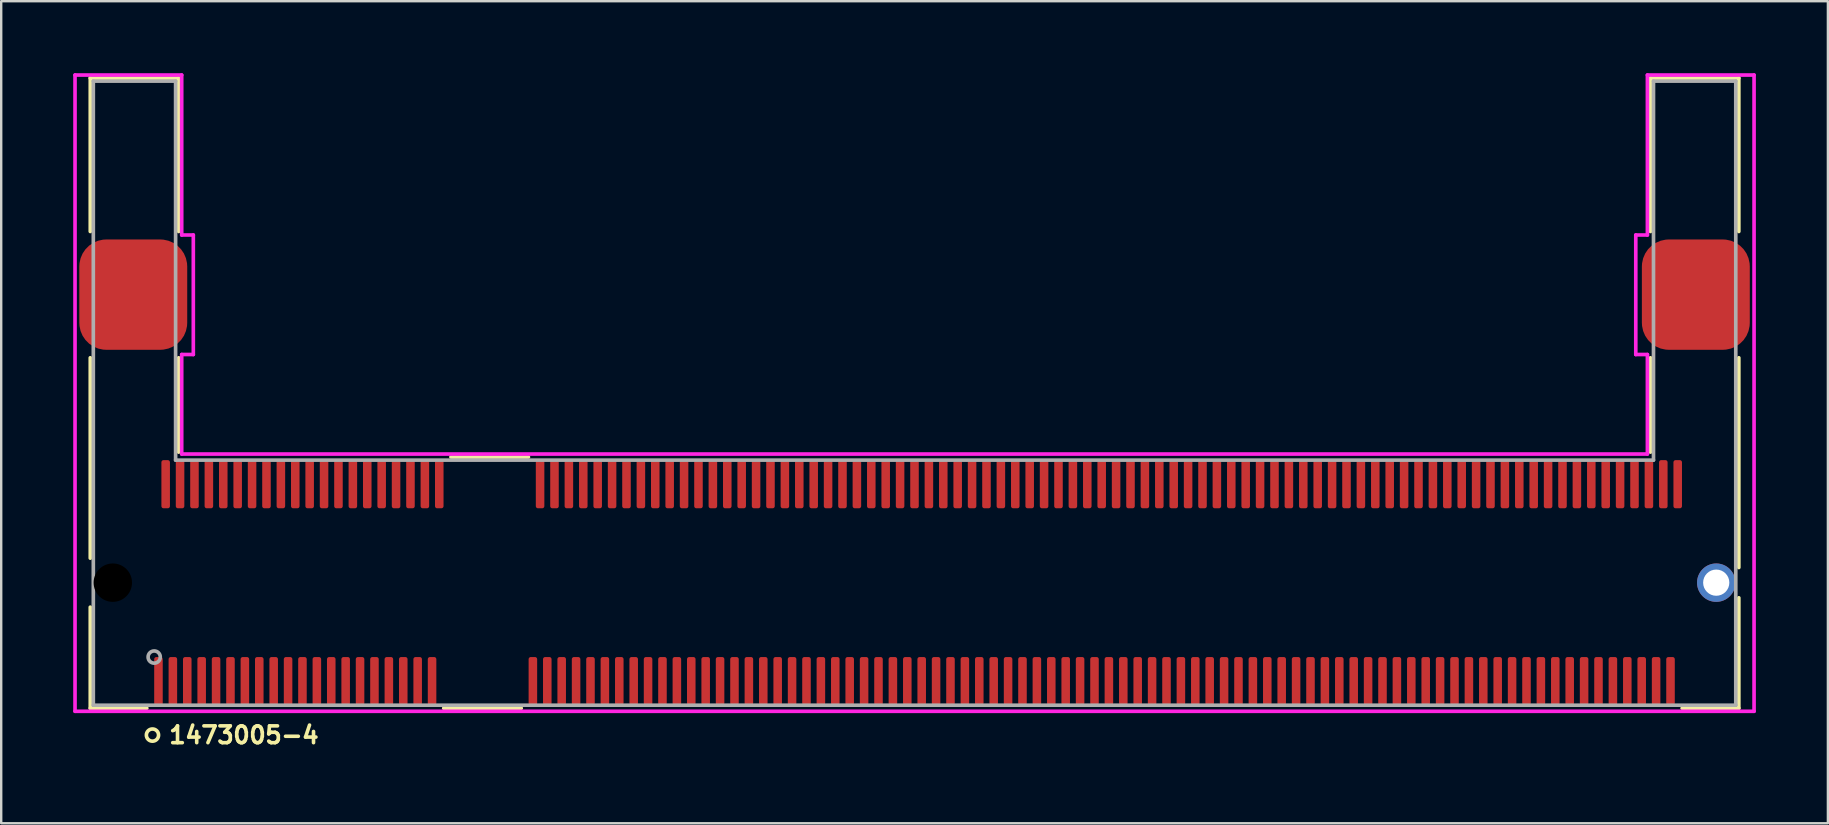
<source format=kicad_pcb>
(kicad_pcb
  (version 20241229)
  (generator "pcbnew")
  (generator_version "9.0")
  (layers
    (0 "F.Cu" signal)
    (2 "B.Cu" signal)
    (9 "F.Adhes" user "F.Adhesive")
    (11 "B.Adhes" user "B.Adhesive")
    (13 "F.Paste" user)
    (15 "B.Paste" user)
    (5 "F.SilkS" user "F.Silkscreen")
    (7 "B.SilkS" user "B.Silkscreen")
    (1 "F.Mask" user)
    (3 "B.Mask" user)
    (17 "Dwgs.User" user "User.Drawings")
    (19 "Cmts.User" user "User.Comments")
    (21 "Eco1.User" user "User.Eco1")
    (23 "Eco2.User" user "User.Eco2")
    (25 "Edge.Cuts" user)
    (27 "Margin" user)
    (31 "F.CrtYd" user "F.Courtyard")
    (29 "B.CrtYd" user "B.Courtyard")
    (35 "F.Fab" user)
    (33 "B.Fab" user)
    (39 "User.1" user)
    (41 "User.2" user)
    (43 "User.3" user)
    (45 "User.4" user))
  (footprint "1473005-4"
    (layer "F.Cu")
    (at 35.052 21.225)
    (property "Reference" "1473005-4" (at -27.94 6.35 0) (layer "F.SilkS") (effects (font (size 0.7 0.7) (thickness 0.15))))
    (attr smd)
    (fp_line (start -34.341 -21.022) (end -30.659 -21.022) (stroke (width 0.152) (type solid)) (layer "F.SilkS"))
    (fp_line (start -34.341 -14.631) (end -34.341 -21.022) (stroke (width 0.152) (type solid)) (layer "F.SilkS"))
    (fp_line (start -34.341 -1.021) (end -34.341 -9.369) (stroke (width 0.152) (type solid)) (layer "F.SilkS"))
    (fp_line (start -34.341 5.232) (end -34.341 1.021) (stroke (width 0.152) (type solid)) (layer "F.SilkS"))
    (fp_line (start -31.985 5.232) (end -34.341 5.232) (stroke (width 0.152) (type solid)) (layer "F.SilkS"))
    (fp_line (start -30.659 -14.631) (end -30.659 -21.022) (stroke (width 0.152) (type solid)) (layer "F.SilkS"))
    (fp_line (start -30.659 -5.438) (end -30.659 -9.369) (stroke (width 0.152) (type solid)) (layer "F.SilkS"))
    (fp_line (start -16.386 5.232) (end -19.616 5.232) (stroke (width 0.152) (type solid)) (layer "F.SilkS"))
    (fp_line (start -16.086 -5.232) (end -19.316 -5.232) (stroke (width 0.152) (type solid)) (layer "F.SilkS"))
    (fp_line (start 30.659 -21.022) (end 30.659 -14.631) (stroke (width 0.152) (type solid)) (layer "F.SilkS"))
    (fp_line (start 30.659 -21.022) (end 34.341 -21.022) (stroke (width 0.152) (type solid)) (layer "F.SilkS"))
    (fp_line (start 30.659 -9.369) (end 30.659 -5.438) (stroke (width 0.152) (type solid)) (layer "F.SilkS"))
    (fp_line (start 34.341 -21.022) (end 34.341 -14.631) (stroke (width 0.152) (type solid)) (layer "F.SilkS"))
    (fp_line (start 34.341 -9.369) (end 34.341 -0.631) (stroke (width 0.152) (type solid)) (layer "F.SilkS"))
    (fp_line (start 34.341 0.631) (end 34.341 5.232) (stroke (width 0.152) (type solid)) (layer "F.SilkS"))
    (fp_line (start 34.341 5.232) (end 31.98 5.232) (stroke (width 0.152) (type solid)) (layer "F.SilkS"))
    (fp_circle (center -31.75 6.35) (end -31.496 6.35) (stroke (width 0.152) (type solid)) (fill no) (layer "F.SilkS"))
    (fp_line (start -34.976 -21.149) (end -34.976 5.359) (stroke (width 0.152) (type solid)) (layer "F.CrtYd"))
    (fp_line (start -34.976 5.359) (end 34.976 5.359) (stroke (width 0.152) (type solid)) (layer "F.CrtYd"))
    (fp_line (start -30.532 -21.149) (end -34.976 -21.149) (stroke (width 0.152) (type solid)) (layer "F.CrtYd"))
    (fp_line (start -30.532 -14.484) (end -30.532 -21.149) (stroke (width 0.152) (type solid)) (layer "F.CrtYd"))
    (fp_line (start -30.532 -9.505) (end -30.048 -9.505) (stroke (width 0.152) (type solid)) (layer "F.CrtYd"))
    (fp_line (start -30.532 -5.359) (end -30.532 -9.505) (stroke (width 0.152) (type solid)) (layer "F.CrtYd"))
    (fp_line (start -30.048 -14.484) (end -30.532 -14.484) (stroke (width 0.152) (type solid)) (layer "F.CrtYd"))
    (fp_line (start -30.048 -9.505) (end -30.048 -14.484) (stroke (width 0.152) (type solid)) (layer "F.CrtYd"))
    (fp_line (start 30.048 -14.484) (end 30.048 -9.505) (stroke (width 0.152) (type solid)) (layer "F.CrtYd"))
    (fp_line (start 30.048 -9.505) (end 30.532 -9.505) (stroke (width 0.152) (type solid)) (layer "F.CrtYd"))
    (fp_line (start 30.532 -21.149) (end 30.532 -14.484) (stroke (width 0.152) (type solid)) (layer "F.CrtYd"))
    (fp_line (start 30.532 -14.484) (end 30.048 -14.484) (stroke (width 0.152) (type solid)) (layer "F.CrtYd"))
    (fp_line (start 30.532 -9.505) (end 30.532 -5.359) (stroke (width 0.152) (type solid)) (layer "F.CrtYd"))
    (fp_line (start 30.532 -5.359) (end -30.532 -5.359) (stroke (width 0.152) (type solid)) (layer "F.CrtYd"))
    (fp_line (start 34.976 -21.149) (end 30.532 -21.149) (stroke (width 0.152) (type solid)) (layer "F.CrtYd"))
    (fp_line (start 34.976 5.359) (end 34.976 -21.149) (stroke (width 0.152) (type solid)) (layer "F.CrtYd"))
    (fp_line (start -34.214 -20.895) (end -30.786 -20.895) (stroke (width 0.152) (type solid)) (layer "F.Fab"))
    (fp_line (start -34.214 5.105) (end -34.214 -20.895) (stroke (width 0.152) (type solid)) (layer "F.Fab"))
    (fp_line (start -30.786 -5.105) (end -30.786 -20.895) (stroke (width 0.152) (type solid)) (layer "F.Fab"))
    (fp_line (start 30.786 -20.895) (end 30.786 -5.105) (stroke (width 0.152) (type solid)) (layer "F.Fab"))
    (fp_line (start 30.786 -20.895) (end 34.214 -20.895) (stroke (width 0.152) (type solid)) (layer "F.Fab"))
    (fp_line (start 30.786 -5.105) (end -30.786 -5.105) (stroke (width 0.152) (type solid)) (layer "F.Fab"))
    (fp_line (start 34.214 -20.895) (end 34.214 5.105) (stroke (width 0.152) (type solid)) (layer "F.Fab"))
    (fp_line (start 34.214 5.105) (end -34.214 5.105) (stroke (width 0.152) (type solid)) (layer "F.Fab"))
    (fp_circle (center -31.678 3.099) (end -31.424 3.099) (stroke (width 0.152) (type solid)) (fill no) (layer "F.Fab"))
    (pad "" np_thru_hole circle (at -33.402 0) (size 2.108 2.108) (drill 1.6) (layers))
    (pad "1" smd roundrect (at -31.5 4.102) (size 0.356 2.007) (layers "F.Cu" "F.Mask" "F.Paste") (roundrect_rratio 0.25))
    (pad "2" smd roundrect (at -31.2 -4.102) (size 0.356 2.007) (layers "F.Cu" "F.Mask" "F.Paste") (roundrect_rratio 0.25))
    (pad "3" smd roundrect (at -30.9 4.102) (size 0.356 2.007) (layers "F.Cu" "F.Mask" "F.Paste") (roundrect_rratio 0.25))
    (pad "4" smd roundrect (at -30.6 -4.102) (size 0.356 2.007) (layers "F.Cu" "F.Mask" "F.Paste") (roundrect_rratio 0.25))
    (pad "5" smd roundrect (at -30.3 4.102) (size 0.356 2.007) (layers "F.Cu" "F.Mask" "F.Paste") (roundrect_rratio 0.25))
    (pad "6" smd roundrect (at -30 -4.102) (size 0.356 2.007) (layers "F.Cu" "F.Mask" "F.Paste") (roundrect_rratio 0.25))
    (pad "7" smd roundrect (at -29.7 4.102) (size 0.356 2.007) (layers "F.Cu" "F.Mask" "F.Paste") (roundrect_rratio 0.25))
    (pad "8" smd roundrect (at -29.4 -4.102) (size 0.356 2.007) (layers "F.Cu" "F.Mask" "F.Paste") (roundrect_rratio 0.25))
    (pad "9" smd roundrect (at -29.1 4.102) (size 0.356 2.007) (layers "F.Cu" "F.Mask" "F.Paste") (roundrect_rratio 0.25))
    (pad "10" smd roundrect (at -28.8 -4.102) (size 0.356 2.007) (layers "F.Cu" "F.Mask" "F.Paste") (roundrect_rratio 0.25))
    (pad "11" smd roundrect (at -28.5 4.102) (size 0.356 2.007) (layers "F.Cu" "F.Mask" "F.Paste") (roundrect_rratio 0.25))
    (pad "12" smd roundrect (at -28.2 -4.102) (size 0.356 2.007) (layers "F.Cu" "F.Mask" "F.Paste") (roundrect_rratio 0.25))
    (pad "13" smd roundrect (at -27.9 4.102) (size 0.356 2.007) (layers "F.Cu" "F.Mask" "F.Paste") (roundrect_rratio 0.25))
    (pad "14" smd roundrect (at -27.6 -4.102) (size 0.356 2.007) (layers "F.Cu" "F.Mask" "F.Paste") (roundrect_rratio 0.25))
    (pad "15" smd roundrect (at -27.3 4.102) (size 0.356 2.007) (layers "F.Cu" "F.Mask" "F.Paste") (roundrect_rratio 0.25))
    (pad "16" smd roundrect (at -27 -4.102) (size 0.356 2.007) (layers "F.Cu" "F.Mask" "F.Paste") (roundrect_rratio 0.25))
    (pad "17" smd roundrect (at -26.7 4.102) (size 0.356 2.007) (layers "F.Cu" "F.Mask" "F.Paste") (roundrect_rratio 0.25))
    (pad "18" smd roundrect (at -26.4 -4.102) (size 0.356 2.007) (layers "F.Cu" "F.Mask" "F.Paste") (roundrect_rratio 0.25))
    (pad "19" smd roundrect (at -26.1 4.102) (size 0.356 2.007) (layers "F.Cu" "F.Mask" "F.Paste") (roundrect_rratio 0.25))
    (pad "20" smd roundrect (at -25.8 -4.102) (size 0.356 2.007) (layers "F.Cu" "F.Mask" "F.Paste") (roundrect_rratio 0.25))
    (pad "21" smd roundrect (at -25.501 4.102) (size 0.356 2.007) (layers "F.Cu" "F.Mask" "F.Paste") (roundrect_rratio 0.25))
    (pad "22" smd roundrect (at -25.201 -4.102) (size 0.356 2.007) (layers "F.Cu" "F.Mask" "F.Paste") (roundrect_rratio 0.25))
    (pad "23" smd roundrect (at -24.901 4.102) (size 0.356 2.007) (layers "F.Cu" "F.Mask" "F.Paste") (roundrect_rratio 0.25))
    (pad "24" smd roundrect (at -24.601 -4.102) (size 0.356 2.007) (layers "F.Cu" "F.Mask" "F.Paste") (roundrect_rratio 0.25))
    (pad "25" smd roundrect (at -24.301 4.102) (size 0.356 2.007) (layers "F.Cu" "F.Mask" "F.Paste") (roundrect_rratio 0.25))
    (pad "26" smd roundrect (at -24.001 -4.102) (size 0.356 2.007) (layers "F.Cu" "F.Mask" "F.Paste") (roundrect_rratio 0.25))
    (pad "27" smd roundrect (at -23.701 4.102) (size 0.356 2.007) (layers "F.Cu" "F.Mask" "F.Paste") (roundrect_rratio 0.25))
    (pad "28" smd roundrect (at -23.401 -4.102) (size 0.356 2.007) (layers "F.Cu" "F.Mask" "F.Paste") (roundrect_rratio 0.25))
    (pad "29" smd roundrect (at -23.101 4.102) (size 0.356 2.007) (layers "F.Cu" "F.Mask" "F.Paste") (roundrect_rratio 0.25))
    (pad "30" smd roundrect (at -22.801 -4.102) (size 0.356 2.007) (layers "F.Cu" "F.Mask" "F.Paste") (roundrect_rratio 0.25))
    (pad "31" smd roundrect (at -22.501 4.102) (size 0.356 2.007) (layers "F.Cu" "F.Mask" "F.Paste") (roundrect_rratio 0.25))
    (pad "32" smd roundrect (at -22.201 -4.102) (size 0.356 2.007) (layers "F.Cu" "F.Mask" "F.Paste") (roundrect_rratio 0.25))
    (pad "33" smd roundrect (at -21.901 4.102) (size 0.356 2.007) (layers "F.Cu" "F.Mask" "F.Paste") (roundrect_rratio 0.25))
    (pad "34" smd roundrect (at -21.601 -4.102) (size 0.356 2.007) (layers "F.Cu" "F.Mask" "F.Paste") (roundrect_rratio 0.25))
    (pad "35" smd roundrect (at -21.301 4.102) (size 0.356 2.007) (layers "F.Cu" "F.Mask" "F.Paste") (roundrect_rratio 0.25))
    (pad "36" smd roundrect (at -21.001 -4.102) (size 0.356 2.007) (layers "F.Cu" "F.Mask" "F.Paste") (roundrect_rratio 0.25))
    (pad "37" smd roundrect (at -20.701 4.102) (size 0.356 2.007) (layers "F.Cu" "F.Mask" "F.Paste") (roundrect_rratio 0.25))
    (pad "38" smd roundrect (at -20.401 -4.102) (size 0.356 2.007) (layers "F.Cu" "F.Mask" "F.Paste") (roundrect_rratio 0.25))
    (pad "39" smd roundrect (at -20.101 4.102) (size 0.356 2.007) (layers "F.Cu" "F.Mask" "F.Paste") (roundrect_rratio 0.25))
    (pad "40" smd roundrect (at -19.801 -4.102) (size 0.356 2.007) (layers "F.Cu" "F.Mask" "F.Paste") (roundrect_rratio 0.25))
    (pad "41" smd roundrect (at -15.901 4.102) (size 0.356 2.007) (layers "F.Cu" "F.Mask" "F.Paste") (roundrect_rratio 0.25))
    (pad "42" smd roundrect (at -15.601 -4.102) (size 0.356 2.007) (layers "F.Cu" "F.Mask" "F.Paste") (roundrect_rratio 0.25))
    (pad "43" smd roundrect (at -15.301 4.102) (size 0.356 2.007) (layers "F.Cu" "F.Mask" "F.Paste") (roundrect_rratio 0.25))
    (pad "44" smd roundrect (at -15.001 -4.102) (size 0.356 2.007) (layers "F.Cu" "F.Mask" "F.Paste") (roundrect_rratio 0.25))
    (pad "45" smd roundrect (at -14.701 4.102) (size 0.356 2.007) (layers "F.Cu" "F.Mask" "F.Paste") (roundrect_rratio 0.25))
    (pad "46" smd roundrect (at -14.401 -4.102) (size 0.356 2.007) (layers "F.Cu" "F.Mask" "F.Paste") (roundrect_rratio 0.25))
    (pad "47" smd roundrect (at -14.101 4.102) (size 0.356 2.007) (layers "F.Cu" "F.Mask" "F.Paste") (roundrect_rratio 0.25))
    (pad "48" smd roundrect (at -13.801 -4.102) (size 0.356 2.007) (layers "F.Cu" "F.Mask" "F.Paste") (roundrect_rratio 0.25))
    (pad "49" smd roundrect (at -13.501 4.102) (size 0.356 2.007) (layers "F.Cu" "F.Mask" "F.Paste") (roundrect_rratio 0.25))
    (pad "50" smd roundrect (at -13.201 -4.102) (size 0.356 2.007) (layers "F.Cu" "F.Mask" "F.Paste") (roundrect_rratio 0.25))
    (pad "51" smd roundrect (at -12.901 4.102) (size 0.356 2.007) (layers "F.Cu" "F.Mask" "F.Paste") (roundrect_rratio 0.25))
    (pad "52" smd roundrect (at -12.601 -4.102) (size 0.356 2.007) (layers "F.Cu" "F.Mask" "F.Paste") (roundrect_rratio 0.25))
    (pad "53" smd roundrect (at -12.301 4.102) (size 0.356 2.007) (layers "F.Cu" "F.Mask" "F.Paste") (roundrect_rratio 0.25))
    (pad "54" smd roundrect (at -12.001 -4.102) (size 0.356 2.007) (layers "F.Cu" "F.Mask" "F.Paste") (roundrect_rratio 0.25))
    (pad "55" smd roundrect (at -11.701 4.102) (size 0.356 2.007) (layers "F.Cu" "F.Mask" "F.Paste") (roundrect_rratio 0.25))
    (pad "56" smd roundrect (at -11.401 -4.102) (size 0.356 2.007) (layers "F.Cu" "F.Mask" "F.Paste") (roundrect_rratio 0.25))
    (pad "57" smd roundrect (at -11.102 4.102) (size 0.356 2.007) (layers "F.Cu" "F.Mask" "F.Paste") (roundrect_rratio 0.25))
    (pad "58" smd roundrect (at -10.802 -4.102) (size 0.356 2.007) (layers "F.Cu" "F.Mask" "F.Paste") (roundrect_rratio 0.25))
    (pad "59" smd roundrect (at -10.502 4.102) (size 0.356 2.007) (layers "F.Cu" "F.Mask" "F.Paste") (roundrect_rratio 0.25))
    (pad "60" smd roundrect (at -10.202 -4.102) (size 0.356 2.007) (layers "F.Cu" "F.Mask" "F.Paste") (roundrect_rratio 0.25))
    (pad "61" smd roundrect (at -9.902 4.102) (size 0.356 2.007) (layers "F.Cu" "F.Mask" "F.Paste") (roundrect_rratio 0.25))
    (pad "62" smd roundrect (at -9.602 -4.102) (size 0.356 2.007) (layers "F.Cu" "F.Mask" "F.Paste") (roundrect_rratio 0.25))
    (pad "63" smd roundrect (at -9.302 4.102) (size 0.356 2.007) (layers "F.Cu" "F.Mask" "F.Paste") (roundrect_rratio 0.25))
    (pad "64" smd roundrect (at -9.002 -4.102) (size 0.356 2.007) (layers "F.Cu" "F.Mask" "F.Paste") (roundrect_rratio 0.25))
    (pad "65" smd roundrect (at -8.702 4.102) (size 0.356 2.007) (layers "F.Cu" "F.Mask" "F.Paste") (roundrect_rratio 0.25))
    (pad "66" smd roundrect (at -8.402 -4.102) (size 0.356 2.007) (layers "F.Cu" "F.Mask" "F.Paste") (roundrect_rratio 0.25))
    (pad "67" smd roundrect (at -8.102 4.102) (size 0.356 2.007) (layers "F.Cu" "F.Mask" "F.Paste") (roundrect_rratio 0.25))
    (pad "68" smd roundrect (at -7.802 -4.102) (size 0.356 2.007) (layers "F.Cu" "F.Mask" "F.Paste") (roundrect_rratio 0.25))
    (pad "69" smd roundrect (at -7.502 4.102) (size 0.356 2.007) (layers "F.Cu" "F.Mask" "F.Paste") (roundrect_rratio 0.25))
    (pad "70" smd roundrect (at -7.202 -4.102) (size 0.356 2.007) (layers "F.Cu" "F.Mask" "F.Paste") (roundrect_rratio 0.25))
    (pad "71" smd roundrect (at -6.902 4.102) (size 0.356 2.007) (layers "F.Cu" "F.Mask" "F.Paste") (roundrect_rratio 0.25))
    (pad "72" smd roundrect (at -6.602 -4.102) (size 0.356 2.007) (layers "F.Cu" "F.Mask" "F.Paste") (roundrect_rratio 0.25))
    (pad "73" smd roundrect (at -6.302 4.102) (size 0.356 2.007) (layers "F.Cu" "F.Mask" "F.Paste") (roundrect_rratio 0.25))
    (pad "74" smd roundrect (at -6.002 -4.102) (size 0.356 2.007) (layers "F.Cu" "F.Mask" "F.Paste") (roundrect_rratio 0.25))
    (pad "75" smd roundrect (at -5.702 4.102) (size 0.356 2.007) (layers "F.Cu" "F.Mask" "F.Paste") (roundrect_rratio 0.25))
    (pad "76" smd roundrect (at -5.402 -4.102) (size 0.356 2.007) (layers "F.Cu" "F.Mask" "F.Paste") (roundrect_rratio 0.25))
    (pad "77" smd roundrect (at -5.102 4.102) (size 0.356 2.007) (layers "F.Cu" "F.Mask" "F.Paste") (roundrect_rratio 0.25))
    (pad "78" smd roundrect (at -4.802 -4.102) (size 0.356 2.007) (layers "F.Cu" "F.Mask" "F.Paste") (roundrect_rratio 0.25))
    (pad "79" smd roundrect (at -4.502 4.102) (size 0.356 2.007) (layers "F.Cu" "F.Mask" "F.Paste") (roundrect_rratio 0.25))
    (pad "80" smd roundrect (at -4.202 -4.102) (size 0.356 2.007) (layers "F.Cu" "F.Mask" "F.Paste") (roundrect_rratio 0.25))
    (pad "81" smd roundrect (at -3.902 4.102) (size 0.356 2.007) (layers "F.Cu" "F.Mask" "F.Paste") (roundrect_rratio 0.25))
    (pad "82" smd roundrect (at -3.602 -4.102) (size 0.356 2.007) (layers "F.Cu" "F.Mask" "F.Paste") (roundrect_rratio 0.25))
    (pad "83" smd roundrect (at -3.302 4.102) (size 0.356 2.007) (layers "F.Cu" "F.Mask" "F.Paste") (roundrect_rratio 0.25))
    (pad "84" smd roundrect (at -3.002 -4.102) (size 0.356 2.007) (layers "F.Cu" "F.Mask" "F.Paste") (roundrect_rratio 0.25))
    (pad "85" smd roundrect (at -2.702 4.102) (size 0.356 2.007) (layers "F.Cu" "F.Mask" "F.Paste") (roundrect_rratio 0.25))
    (pad "86" smd roundrect (at -2.402 -4.102) (size 0.356 2.007) (layers "F.Cu" "F.Mask" "F.Paste") (roundrect_rratio 0.25))
    (pad "87" smd roundrect (at -2.102 4.102) (size 0.356 2.007) (layers "F.Cu" "F.Mask" "F.Paste") (roundrect_rratio 0.25))
    (pad "88" smd roundrect (at -1.802 -4.102) (size 0.356 2.007) (layers "F.Cu" "F.Mask" "F.Paste") (roundrect_rratio 0.25))
    (pad "89" smd roundrect (at -1.502 4.102) (size 0.356 2.007) (layers "F.Cu" "F.Mask" "F.Paste") (roundrect_rratio 0.25))
    (pad "90" smd roundrect (at -1.202 -4.102) (size 0.356 2.007) (layers "F.Cu" "F.Mask" "F.Paste") (roundrect_rratio 0.25))
    (pad "91" smd roundrect (at -0.902 4.102) (size 0.356 2.007) (layers "F.Cu" "F.Mask" "F.Paste") (roundrect_rratio 0.25))
    (pad "92" smd roundrect (at -0.602 -4.102) (size 0.356 2.007) (layers "F.Cu" "F.Mask" "F.Paste") (roundrect_rratio 0.25))
    (pad "93" smd roundrect (at -0.302 4.102) (size 0.356 2.007) (layers "F.Cu" "F.Mask" "F.Paste") (roundrect_rratio 0.25))
    (pad "94" smd roundrect (at -0.002 -4.102) (size 0.356 2.007) (layers "F.Cu" "F.Mask" "F.Paste") (roundrect_rratio 0.25))
    (pad "95" smd roundrect (at 0.298 4.102) (size 0.356 2.007) (layers "F.Cu" "F.Mask" "F.Paste") (roundrect_rratio 0.25))
    (pad "96" smd roundrect (at 0.598 -4.102) (size 0.356 2.007) (layers "F.Cu" "F.Mask" "F.Paste") (roundrect_rratio 0.25))
    (pad "97" smd roundrect (at 0.897 4.102) (size 0.356 2.007) (layers "F.Cu" "F.Mask" "F.Paste") (roundrect_rratio 0.25))
    (pad "98" smd roundrect (at 1.197 -4.102) (size 0.356 2.007) (layers "F.Cu" "F.Mask" "F.Paste") (roundrect_rratio 0.25))
    (pad "99" smd roundrect (at 1.497 4.102) (size 0.356 2.007) (layers "F.Cu" "F.Mask" "F.Paste") (roundrect_rratio 0.25))
    (pad "100" smd roundrect (at 1.797 -4.102) (size 0.356 2.007) (layers "F.Cu" "F.Mask" "F.Paste") (roundrect_rratio 0.25))
    (pad "101" smd roundrect (at 2.097 4.102) (size 0.356 2.007) (layers "F.Cu" "F.Mask" "F.Paste") (roundrect_rratio 0.25))
    (pad "102" smd roundrect (at 2.397 -4.102) (size 0.356 2.007) (layers "F.Cu" "F.Mask" "F.Paste") (roundrect_rratio 0.25))
    (pad "103" smd roundrect (at 2.697 4.102) (size 0.356 2.007) (layers "F.Cu" "F.Mask" "F.Paste") (roundrect_rratio 0.25))
    (pad "104" smd roundrect (at 2.997 -4.102) (size 0.356 2.007) (layers "F.Cu" "F.Mask" "F.Paste") (roundrect_rratio 0.25))
    (pad "105" smd roundrect (at 3.297 4.102) (size 0.356 2.007) (layers "F.Cu" "F.Mask" "F.Paste") (roundrect_rratio 0.25))
    (pad "106" smd roundrect (at 3.597 -4.102) (size 0.356 2.007) (layers "F.Cu" "F.Mask" "F.Paste") (roundrect_rratio 0.25))
    (pad "107" smd roundrect (at 3.897 4.102) (size 0.356 2.007) (layers "F.Cu" "F.Mask" "F.Paste") (roundrect_rratio 0.25))
    (pad "108" smd roundrect (at 4.197 -4.102) (size 0.356 2.007) (layers "F.Cu" "F.Mask" "F.Paste") (roundrect_rratio 0.25))
    (pad "109" smd roundrect (at 4.497 4.102) (size 0.356 2.007) (layers "F.Cu" "F.Mask" "F.Paste") (roundrect_rratio 0.25))
    (pad "110" smd roundrect (at 4.797 -4.102) (size 0.356 2.007) (layers "F.Cu" "F.Mask" "F.Paste") (roundrect_rratio 0.25))
    (pad "111" smd roundrect (at 5.097 4.102) (size 0.356 2.007) (layers "F.Cu" "F.Mask" "F.Paste") (roundrect_rratio 0.25))
    (pad "112" smd roundrect (at 5.397 -4.102) (size 0.356 2.007) (layers "F.Cu" "F.Mask" "F.Paste") (roundrect_rratio 0.25))
    (pad "113" smd roundrect (at 5.697 4.102) (size 0.356 2.007) (layers "F.Cu" "F.Mask" "F.Paste") (roundrect_rratio 0.25))
    (pad "114" smd roundrect (at 5.997 -4.102) (size 0.356 2.007) (layers "F.Cu" "F.Mask" "F.Paste") (roundrect_rratio 0.25))
    (pad "115" smd roundrect (at 6.297 4.102) (size 0.356 2.007) (layers "F.Cu" "F.Mask" "F.Paste") (roundrect_rratio 0.25))
    (pad "116" smd roundrect (at 6.597 -4.102) (size 0.356 2.007) (layers "F.Cu" "F.Mask" "F.Paste") (roundrect_rratio 0.25))
    (pad "117" smd roundrect (at 6.897 4.102) (size 0.356 2.007) (layers "F.Cu" "F.Mask" "F.Paste") (roundrect_rratio 0.25))
    (pad "118" smd roundrect (at 7.197 -4.102) (size 0.356 2.007) (layers "F.Cu" "F.Mask" "F.Paste") (roundrect_rratio 0.25))
    (pad "119" smd roundrect (at 7.497 4.102) (size 0.356 2.007) (layers "F.Cu" "F.Mask" "F.Paste") (roundrect_rratio 0.25))
    (pad "120" smd roundrect (at 7.797 -4.102) (size 0.356 2.007) (layers "F.Cu" "F.Mask" "F.Paste") (roundrect_rratio 0.25))
    (pad "121" smd roundrect (at 8.097 4.102) (size 0.356 2.007) (layers "F.Cu" "F.Mask" "F.Paste") (roundrect_rratio 0.25))
    (pad "122" smd roundrect (at 8.397 -4.102) (size 0.356 2.007) (layers "F.Cu" "F.Mask" "F.Paste") (roundrect_rratio 0.25))
    (pad "123" smd roundrect (at 8.697 4.102) (size 0.356 2.007) (layers "F.Cu" "F.Mask" "F.Paste") (roundrect_rratio 0.25))
    (pad "124" smd roundrect (at 8.997 -4.102) (size 0.356 2.007) (layers "F.Cu" "F.Mask" "F.Paste") (roundrect_rratio 0.25))
    (pad "125" smd roundrect (at 9.297 4.102) (size 0.356 2.007) (layers "F.Cu" "F.Mask" "F.Paste") (roundrect_rratio 0.25))
    (pad "126" smd roundrect (at 9.597 -4.102) (size 0.356 2.007) (layers "F.Cu" "F.Mask" "F.Paste") (roundrect_rratio 0.25))
    (pad "127" smd roundrect (at 9.897 4.102) (size 0.356 2.007) (layers "F.Cu" "F.Mask" "F.Paste") (roundrect_rratio 0.25))
    (pad "128" smd roundrect (at 10.197 -4.102) (size 0.356 2.007) (layers "F.Cu" "F.Mask" "F.Paste") (roundrect_rratio 0.25))
    (pad "129" smd roundrect (at 10.497 4.102) (size 0.356 2.007) (layers "F.Cu" "F.Mask" "F.Paste") (roundrect_rratio 0.25))
    (pad "130" smd roundrect (at 10.797 -4.102) (size 0.356 2.007) (layers "F.Cu" "F.Mask" "F.Paste") (roundrect_rratio 0.25))
    (pad "131" smd roundrect (at 11.097 4.102) (size 0.356 2.007) (layers "F.Cu" "F.Mask" "F.Paste") (roundrect_rratio 0.25))
    (pad "132" smd roundrect (at 11.397 -4.102) (size 0.356 2.007) (layers "F.Cu" "F.Mask" "F.Paste") (roundrect_rratio 0.25))
    (pad "133" smd roundrect (at 11.697 4.102) (size 0.356 2.007) (layers "F.Cu" "F.Mask" "F.Paste") (roundrect_rratio 0.25))
    (pad "134" smd roundrect (at 11.997 -4.102) (size 0.356 2.007) (layers "F.Cu" "F.Mask" "F.Paste") (roundrect_rratio 0.25))
    (pad "135" smd roundrect (at 12.296 4.102) (size 0.356 2.007) (layers "F.Cu" "F.Mask" "F.Paste") (roundrect_rratio 0.25))
    (pad "136" smd roundrect (at 12.596 -4.102) (size 0.356 2.007) (layers "F.Cu" "F.Mask" "F.Paste") (roundrect_rratio 0.25))
    (pad "137" smd roundrect (at 12.896 4.102) (size 0.356 2.007) (layers "F.Cu" "F.Mask" "F.Paste") (roundrect_rratio 0.25))
    (pad "138" smd roundrect (at 13.196 -4.102) (size 0.356 2.007) (layers "F.Cu" "F.Mask" "F.Paste") (roundrect_rratio 0.25))
    (pad "139" smd roundrect (at 13.496 4.102) (size 0.356 2.007) (layers "F.Cu" "F.Mask" "F.Paste") (roundrect_rratio 0.25))
    (pad "140" smd roundrect (at 13.796 -4.102) (size 0.356 2.007) (layers "F.Cu" "F.Mask" "F.Paste") (roundrect_rratio 0.25))
    (pad "141" smd roundrect (at 14.096 4.102) (size 0.356 2.007) (layers "F.Cu" "F.Mask" "F.Paste") (roundrect_rratio 0.25))
    (pad "142" smd roundrect (at 14.396 -4.102) (size 0.356 2.007) (layers "F.Cu" "F.Mask" "F.Paste") (roundrect_rratio 0.25))
    (pad "143" smd roundrect (at 14.696 4.102) (size 0.356 2.007) (layers "F.Cu" "F.Mask" "F.Paste") (roundrect_rratio 0.25))
    (pad "144" smd roundrect (at 14.996 -4.102) (size 0.356 2.007) (layers "F.Cu" "F.Mask" "F.Paste") (roundrect_rratio 0.25))
    (pad "145" smd roundrect (at 15.296 4.102) (size 0.356 2.007) (layers "F.Cu" "F.Mask" "F.Paste") (roundrect_rratio 0.25))
    (pad "146" smd roundrect (at 15.596 -4.102) (size 0.356 2.007) (layers "F.Cu" "F.Mask" "F.Paste") (roundrect_rratio 0.25))
    (pad "147" smd roundrect (at 15.896 4.102) (size 0.356 2.007) (layers "F.Cu" "F.Mask" "F.Paste") (roundrect_rratio 0.25))
    (pad "148" smd roundrect (at 16.196 -4.102) (size 0.356 2.007) (layers "F.Cu" "F.Mask" "F.Paste") (roundrect_rratio 0.25))
    (pad "149" smd roundrect (at 16.496 4.102) (size 0.356 2.007) (layers "F.Cu" "F.Mask" "F.Paste") (roundrect_rratio 0.25))
    (pad "150" smd roundrect (at 16.796 -4.102) (size 0.356 2.007) (layers "F.Cu" "F.Mask" "F.Paste") (roundrect_rratio 0.25))
    (pad "151" smd roundrect (at 17.096 4.102) (size 0.356 2.007) (layers "F.Cu" "F.Mask" "F.Paste") (roundrect_rratio 0.25))
    (pad "152" smd roundrect (at 17.396 -4.102) (size 0.356 2.007) (layers "F.Cu" "F.Mask" "F.Paste") (roundrect_rratio 0.25))
    (pad "153" smd roundrect (at 17.696 4.102) (size 0.356 2.007) (layers "F.Cu" "F.Mask" "F.Paste") (roundrect_rratio 0.25))
    (pad "154" smd roundrect (at 17.996 -4.102) (size 0.356 2.007) (layers "F.Cu" "F.Mask" "F.Paste") (roundrect_rratio 0.25))
    (pad "155" smd roundrect (at 18.296 4.102) (size 0.356 2.007) (layers "F.Cu" "F.Mask" "F.Paste") (roundrect_rratio 0.25))
    (pad "156" smd roundrect (at 18.596 -4.102) (size 0.356 2.007) (layers "F.Cu" "F.Mask" "F.Paste") (roundrect_rratio 0.25))
    (pad "157" smd roundrect (at 18.896 4.102) (size 0.356 2.007) (layers "F.Cu" "F.Mask" "F.Paste") (roundrect_rratio 0.25))
    (pad "158" smd roundrect (at 19.196 -4.102) (size 0.356 2.007) (layers "F.Cu" "F.Mask" "F.Paste") (roundrect_rratio 0.25))
    (pad "159" smd roundrect (at 19.496 4.102) (size 0.356 2.007) (layers "F.Cu" "F.Mask" "F.Paste") (roundrect_rratio 0.25))
    (pad "160" smd roundrect (at 19.796 -4.102) (size 0.356 2.007) (layers "F.Cu" "F.Mask" "F.Paste") (roundrect_rratio 0.25))
    (pad "161" smd roundrect (at 20.096 4.102) (size 0.356 2.007) (layers "F.Cu" "F.Mask" "F.Paste") (roundrect_rratio 0.25))
    (pad "162" smd roundrect (at 20.396 -4.102) (size 0.356 2.007) (layers "F.Cu" "F.Mask" "F.Paste") (roundrect_rratio 0.25))
    (pad "163" smd roundrect (at 20.696 4.102) (size 0.356 2.007) (layers "F.Cu" "F.Mask" "F.Paste") (roundrect_rratio 0.25))
    (pad "164" smd roundrect (at 20.996 -4.102) (size 0.356 2.007) (layers "F.Cu" "F.Mask" "F.Paste") (roundrect_rratio 0.25))
    (pad "165" smd roundrect (at 21.296 4.102) (size 0.356 2.007) (layers "F.Cu" "F.Mask" "F.Paste") (roundrect_rratio 0.25))
    (pad "166" smd roundrect (at 21.596 -4.102) (size 0.356 2.007) (layers "F.Cu" "F.Mask" "F.Paste") (roundrect_rratio 0.25))
    (pad "167" smd roundrect (at 21.896 4.102) (size 0.356 2.007) (layers "F.Cu" "F.Mask" "F.Paste") (roundrect_rratio 0.25))
    (pad "168" smd roundrect (at 22.196 -4.102) (size 0.356 2.007) (layers "F.Cu" "F.Mask" "F.Paste") (roundrect_rratio 0.25))
    (pad "169" smd roundrect (at 22.496 4.102) (size 0.356 2.007) (layers "F.Cu" "F.Mask" "F.Paste") (roundrect_rratio 0.25))
    (pad "170" smd roundrect (at 22.796 -4.102) (size 0.356 2.007) (layers "F.Cu" "F.Mask" "F.Paste") (roundrect_rratio 0.25))
    (pad "171" smd roundrect (at 23.096 4.102) (size 0.356 2.007) (layers "F.Cu" "F.Mask" "F.Paste") (roundrect_rratio 0.25))
    (pad "172" smd roundrect (at 23.396 -4.102) (size 0.356 2.007) (layers "F.Cu" "F.Mask" "F.Paste") (roundrect_rratio 0.25))
    (pad "173" smd roundrect (at 23.695 4.102) (size 0.356 2.007) (layers "F.Cu" "F.Mask" "F.Paste") (roundrect_rratio 0.25))
    (pad "174" smd roundrect (at 23.995 -4.102) (size 0.356 2.007) (layers "F.Cu" "F.Mask" "F.Paste") (roundrect_rratio 0.25))
    (pad "175" smd roundrect (at 24.295 4.102) (size 0.356 2.007) (layers "F.Cu" "F.Mask" "F.Paste") (roundrect_rratio 0.25))
    (pad "176" smd roundrect (at 24.595 -4.102) (size 0.356 2.007) (layers "F.Cu" "F.Mask" "F.Paste") (roundrect_rratio 0.25))
    (pad "177" smd roundrect (at 24.895 4.102) (size 0.356 2.007) (layers "F.Cu" "F.Mask" "F.Paste") (roundrect_rratio 0.25))
    (pad "178" smd roundrect (at 25.195 -4.102) (size 0.356 2.007) (layers "F.Cu" "F.Mask" "F.Paste") (roundrect_rratio 0.25))
    (pad "179" smd roundrect (at 25.495 4.102) (size 0.356 2.007) (layers "F.Cu" "F.Mask" "F.Paste") (roundrect_rratio 0.25))
    (pad "180" smd roundrect (at 25.795 -4.102) (size 0.356 2.007) (layers "F.Cu" "F.Mask" "F.Paste") (roundrect_rratio 0.25))
    (pad "181" smd roundrect (at 26.095 4.102) (size 0.356 2.007) (layers "F.Cu" "F.Mask" "F.Paste") (roundrect_rratio 0.25))
    (pad "182" smd roundrect (at 26.395 -4.102) (size 0.356 2.007) (layers "F.Cu" "F.Mask" "F.Paste") (roundrect_rratio 0.25))
    (pad "183" smd roundrect (at 26.695 4.102) (size 0.356 2.007) (layers "F.Cu" "F.Mask" "F.Paste") (roundrect_rratio 0.25))
    (pad "184" smd roundrect (at 26.995 -4.102) (size 0.356 2.007) (layers "F.Cu" "F.Mask" "F.Paste") (roundrect_rratio 0.25))
    (pad "185" smd roundrect (at 27.295 4.102) (size 0.356 2.007) (layers "F.Cu" "F.Mask" "F.Paste") (roundrect_rratio 0.25))
    (pad "186" smd roundrect (at 27.595 -4.102) (size 0.356 2.007) (layers "F.Cu" "F.Mask" "F.Paste") (roundrect_rratio 0.25))
    (pad "187" smd roundrect (at 27.895 4.102) (size 0.356 2.007) (layers "F.Cu" "F.Mask" "F.Paste") (roundrect_rratio 0.25))
    (pad "188" smd roundrect (at 28.195 -4.102) (size 0.356 2.007) (layers "F.Cu" "F.Mask" "F.Paste") (roundrect_rratio 0.25))
    (pad "189" smd roundrect (at 28.495 4.102) (size 0.356 2.007) (layers "F.Cu" "F.Mask" "F.Paste") (roundrect_rratio 0.25))
    (pad "190" smd roundrect (at 28.795 -4.102) (size 0.356 2.007) (layers "F.Cu" "F.Mask" "F.Paste") (roundrect_rratio 0.25))
    (pad "191" smd roundrect (at 29.095 4.102) (size 0.356 2.007) (layers "F.Cu" "F.Mask" "F.Paste") (roundrect_rratio 0.25))
    (pad "192" smd roundrect (at 29.395 -4.102) (size 0.356 2.007) (layers "F.Cu" "F.Mask" "F.Paste") (roundrect_rratio 0.25))
    (pad "193" smd roundrect (at 29.695 4.102) (size 0.356 2.007) (layers "F.Cu" "F.Mask" "F.Paste") (roundrect_rratio 0.25))
    (pad "194" smd roundrect (at 29.995 -4.102) (size 0.356 2.007) (layers "F.Cu" "F.Mask" "F.Paste") (roundrect_rratio 0.25))
    (pad "195" smd roundrect (at 30.295 4.102) (size 0.356 2.007) (layers "F.Cu" "F.Mask" "F.Paste") (roundrect_rratio 0.25))
    (pad "196" smd roundrect (at 30.595 -4.102) (size 0.356 2.007) (layers "F.Cu" "F.Mask" "F.Paste") (roundrect_rratio 0.25))
    (pad "197" smd roundrect (at 30.895 4.102) (size 0.356 2.007) (layers "F.Cu" "F.Mask" "F.Paste") (roundrect_rratio 0.25))
    (pad "198" smd roundrect (at 31.195 -4.102) (size 0.356 2.007) (layers "F.Cu" "F.Mask" "F.Paste") (roundrect_rratio 0.25))
    (pad "199" smd roundrect (at 31.495 4.102) (size 0.356 2.007) (layers "F.Cu" "F.Mask" "F.Paste") (roundrect_rratio 0.25))
    (pad "200" smd roundrect (at 31.795 -4.102) (size 0.356 2.007) (layers "F.Cu" "F.Mask" "F.Paste") (roundrect_rratio 0.25))
    (pad "203" thru_hole circle (at 33.4 0) (size 1.6 1.6) (drill 1.092) (layers "*.Cu" "*.Mask"))
    (pad "204" smd roundrect (at -32.55 -12) (size 4.496 4.597) (layers "F.Cu" "F.Mask" "F.Paste") (roundrect_rratio 0.25))
    (pad "205" smd roundrect (at 32.55 -12) (size 4.496 4.597) (layers "F.Cu" "F.Mask" "F.Paste") (roundrect_rratio 0.25)))
  (gr_rect
    (start -3 -3)
    (end 73.104 31.248)
    (stroke (width 0.1) (type default))
    (fill no)
    (layer "Edge.Cuts")))
</source>
